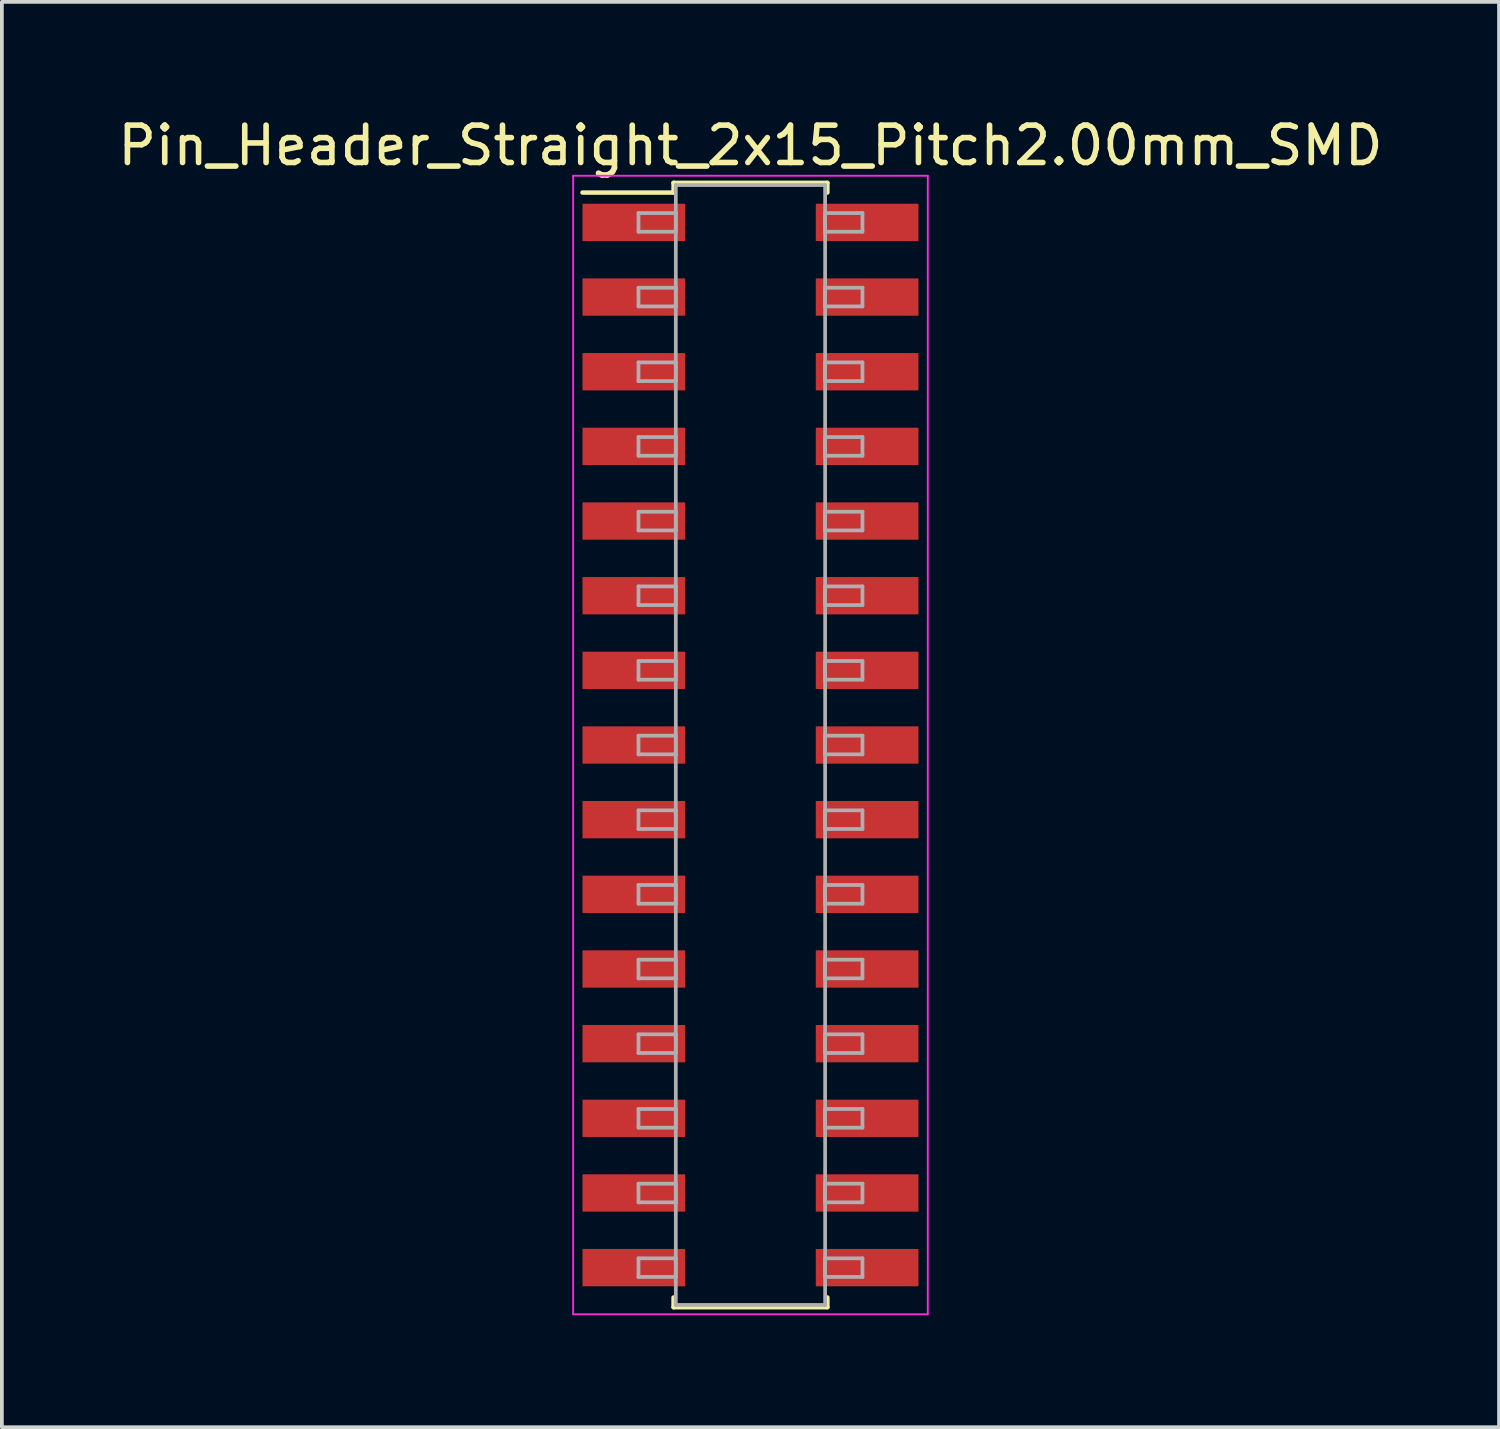
<source format=kicad_pcb>
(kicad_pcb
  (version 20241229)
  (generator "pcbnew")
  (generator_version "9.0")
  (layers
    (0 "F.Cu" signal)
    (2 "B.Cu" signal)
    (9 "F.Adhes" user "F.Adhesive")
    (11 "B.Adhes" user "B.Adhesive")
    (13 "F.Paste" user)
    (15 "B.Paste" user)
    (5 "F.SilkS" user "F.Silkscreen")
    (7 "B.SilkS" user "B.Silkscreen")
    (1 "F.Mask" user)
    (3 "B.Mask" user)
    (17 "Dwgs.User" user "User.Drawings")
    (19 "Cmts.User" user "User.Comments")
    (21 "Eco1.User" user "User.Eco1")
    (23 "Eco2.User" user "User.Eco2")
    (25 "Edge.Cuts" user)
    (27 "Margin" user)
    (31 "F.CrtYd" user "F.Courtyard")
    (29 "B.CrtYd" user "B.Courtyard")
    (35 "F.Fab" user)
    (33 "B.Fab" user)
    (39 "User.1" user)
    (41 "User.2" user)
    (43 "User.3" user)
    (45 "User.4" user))
  (footprint "Pin_Header_Straight_2x15_Pitch2.00mm_SMD"
    (layer "F.Cu")
    (at 17.054 16.908)
    (property "Reference" "Pin_Header_Straight_2x15_Pitch2.00mm_SMD" (at 0 -16.06 0) (layer "F.SilkS") (effects (font (size 1 1) (thickness 0.15))))
    (attr smd)
    (fp_line (start -4.5 -14.8) (end -2.06 -14.8) (stroke (width 0.12) (type solid)) (layer "F.SilkS"))
    (fp_line (start -2.06 -15.06) (end 2.06 -15.06) (stroke (width 0.12) (type solid)) (layer "F.SilkS"))
    (fp_line (start -2.06 -14.8) (end -2.06 -15.06) (stroke (width 0.12) (type solid)) (layer "F.SilkS"))
    (fp_line (start -2.06 14.8) (end -2.06 15.06) (stroke (width 0.12) (type solid)) (layer "F.SilkS"))
    (fp_line (start -2.06 15.06) (end 2.06 15.06) (stroke (width 0.12) (type solid)) (layer "F.SilkS"))
    (fp_line (start 2.06 -15.06) (end 2.06 -14.8) (stroke (width 0.12) (type solid)) (layer "F.SilkS"))
    (fp_line (start 2.06 15.06) (end 2.06 14.8) (stroke (width 0.12) (type solid)) (layer "F.SilkS"))
    (fp_line (start -4.75 -15.25) (end -4.75 15.25) (stroke (width 0.05) (type solid)) (layer "F.CrtYd"))
    (fp_line (start -4.75 15.25) (end 4.75 15.25) (stroke (width 0.05) (type solid)) (layer "F.CrtYd"))
    (fp_line (start 4.75 -15.25) (end -4.75 -15.25) (stroke (width 0.05) (type solid)) (layer "F.CrtYd"))
    (fp_line (start 4.75 15.25) (end 4.75 -15.25) (stroke (width 0.05) (type solid)) (layer "F.CrtYd"))
    (fp_line (start -3 -14.25) (end -2 -14.25) (stroke (width 0.1) (type solid)) (layer "F.Fab"))
    (fp_line (start -3 -13.75) (end -3 -14.25) (stroke (width 0.1) (type solid)) (layer "F.Fab"))
    (fp_line (start -3 -12.25) (end -2 -12.25) (stroke (width 0.1) (type solid)) (layer "F.Fab"))
    (fp_line (start -3 -11.75) (end -3 -12.25) (stroke (width 0.1) (type solid)) (layer "F.Fab"))
    (fp_line (start -3 -10.25) (end -2 -10.25) (stroke (width 0.1) (type solid)) (layer "F.Fab"))
    (fp_line (start -3 -9.75) (end -3 -10.25) (stroke (width 0.1) (type solid)) (layer "F.Fab"))
    (fp_line (start -3 -8.25) (end -2 -8.25) (stroke (width 0.1) (type solid)) (layer "F.Fab"))
    (fp_line (start -3 -7.75) (end -3 -8.25) (stroke (width 0.1) (type solid)) (layer "F.Fab"))
    (fp_line (start -3 -6.25) (end -2 -6.25) (stroke (width 0.1) (type solid)) (layer "F.Fab"))
    (fp_line (start -3 -5.75) (end -3 -6.25) (stroke (width 0.1) (type solid)) (layer "F.Fab"))
    (fp_line (start -3 -4.25) (end -2 -4.25) (stroke (width 0.1) (type solid)) (layer "F.Fab"))
    (fp_line (start -3 -3.75) (end -3 -4.25) (stroke (width 0.1) (type solid)) (layer "F.Fab"))
    (fp_line (start -3 -2.25) (end -2 -2.25) (stroke (width 0.1) (type solid)) (layer "F.Fab"))
    (fp_line (start -3 -1.75) (end -3 -2.25) (stroke (width 0.1) (type solid)) (layer "F.Fab"))
    (fp_line (start -3 -0.25) (end -2 -0.25) (stroke (width 0.1) (type solid)) (layer "F.Fab"))
    (fp_line (start -3 0.25) (end -3 -0.25) (stroke (width 0.1) (type solid)) (layer "F.Fab"))
    (fp_line (start -3 1.75) (end -2 1.75) (stroke (width 0.1) (type solid)) (layer "F.Fab"))
    (fp_line (start -3 2.25) (end -3 1.75) (stroke (width 0.1) (type solid)) (layer "F.Fab"))
    (fp_line (start -3 3.75) (end -2 3.75) (stroke (width 0.1) (type solid)) (layer "F.Fab"))
    (fp_line (start -3 4.25) (end -3 3.75) (stroke (width 0.1) (type solid)) (layer "F.Fab"))
    (fp_line (start -3 5.75) (end -2 5.75) (stroke (width 0.1) (type solid)) (layer "F.Fab"))
    (fp_line (start -3 6.25) (end -3 5.75) (stroke (width 0.1) (type solid)) (layer "F.Fab"))
    (fp_line (start -3 7.75) (end -2 7.75) (stroke (width 0.1) (type solid)) (layer "F.Fab"))
    (fp_line (start -3 8.25) (end -3 7.75) (stroke (width 0.1) (type solid)) (layer "F.Fab"))
    (fp_line (start -3 9.75) (end -2 9.75) (stroke (width 0.1) (type solid)) (layer "F.Fab"))
    (fp_line (start -3 10.25) (end -3 9.75) (stroke (width 0.1) (type solid)) (layer "F.Fab"))
    (fp_line (start -3 11.75) (end -2 11.75) (stroke (width 0.1) (type solid)) (layer "F.Fab"))
    (fp_line (start -3 12.25) (end -3 11.75) (stroke (width 0.1) (type solid)) (layer "F.Fab"))
    (fp_line (start -3 13.75) (end -2 13.75) (stroke (width 0.1) (type solid)) (layer "F.Fab"))
    (fp_line (start -3 14.25) (end -3 13.75) (stroke (width 0.1) (type solid)) (layer "F.Fab"))
    (fp_line (start -2 -15) (end -2 15) (stroke (width 0.1) (type solid)) (layer "F.Fab"))
    (fp_line (start -2 -14.25) (end -2 -13.75) (stroke (width 0.1) (type solid)) (layer "F.Fab"))
    (fp_line (start -2 -13.75) (end -3 -13.75) (stroke (width 0.1) (type solid)) (layer "F.Fab"))
    (fp_line (start -2 -12.25) (end -2 -11.75) (stroke (width 0.1) (type solid)) (layer "F.Fab"))
    (fp_line (start -2 -11.75) (end -3 -11.75) (stroke (width 0.1) (type solid)) (layer "F.Fab"))
    (fp_line (start -2 -10.25) (end -2 -9.75) (stroke (width 0.1) (type solid)) (layer "F.Fab"))
    (fp_line (start -2 -9.75) (end -3 -9.75) (stroke (width 0.1) (type solid)) (layer "F.Fab"))
    (fp_line (start -2 -8.25) (end -2 -7.75) (stroke (width 0.1) (type solid)) (layer "F.Fab"))
    (fp_line (start -2 -7.75) (end -3 -7.75) (stroke (width 0.1) (type solid)) (layer "F.Fab"))
    (fp_line (start -2 -6.25) (end -2 -5.75) (stroke (width 0.1) (type solid)) (layer "F.Fab"))
    (fp_line (start -2 -5.75) (end -3 -5.75) (stroke (width 0.1) (type solid)) (layer "F.Fab"))
    (fp_line (start -2 -4.25) (end -2 -3.75) (stroke (width 0.1) (type solid)) (layer "F.Fab"))
    (fp_line (start -2 -3.75) (end -3 -3.75) (stroke (width 0.1) (type solid)) (layer "F.Fab"))
    (fp_line (start -2 -2.25) (end -2 -1.75) (stroke (width 0.1) (type solid)) (layer "F.Fab"))
    (fp_line (start -2 -1.75) (end -3 -1.75) (stroke (width 0.1) (type solid)) (layer "F.Fab"))
    (fp_line (start -2 -0.25) (end -2 0.25) (stroke (width 0.1) (type solid)) (layer "F.Fab"))
    (fp_line (start -2 0.25) (end -3 0.25) (stroke (width 0.1) (type solid)) (layer "F.Fab"))
    (fp_line (start -2 1.75) (end -2 2.25) (stroke (width 0.1) (type solid)) (layer "F.Fab"))
    (fp_line (start -2 2.25) (end -3 2.25) (stroke (width 0.1) (type solid)) (layer "F.Fab"))
    (fp_line (start -2 3.75) (end -2 4.25) (stroke (width 0.1) (type solid)) (layer "F.Fab"))
    (fp_line (start -2 4.25) (end -3 4.25) (stroke (width 0.1) (type solid)) (layer "F.Fab"))
    (fp_line (start -2 5.75) (end -2 6.25) (stroke (width 0.1) (type solid)) (layer "F.Fab"))
    (fp_line (start -2 6.25) (end -3 6.25) (stroke (width 0.1) (type solid)) (layer "F.Fab"))
    (fp_line (start -2 7.75) (end -2 8.25) (stroke (width 0.1) (type solid)) (layer "F.Fab"))
    (fp_line (start -2 8.25) (end -3 8.25) (stroke (width 0.1) (type solid)) (layer "F.Fab"))
    (fp_line (start -2 9.75) (end -2 10.25) (stroke (width 0.1) (type solid)) (layer "F.Fab"))
    (fp_line (start -2 10.25) (end -3 10.25) (stroke (width 0.1) (type solid)) (layer "F.Fab"))
    (fp_line (start -2 11.75) (end -2 12.25) (stroke (width 0.1) (type solid)) (layer "F.Fab"))
    (fp_line (start -2 12.25) (end -3 12.25) (stroke (width 0.1) (type solid)) (layer "F.Fab"))
    (fp_line (start -2 13.75) (end -2 14.25) (stroke (width 0.1) (type solid)) (layer "F.Fab"))
    (fp_line (start -2 14.25) (end -3 14.25) (stroke (width 0.1) (type solid)) (layer "F.Fab"))
    (fp_line (start -2 15) (end 2 15) (stroke (width 0.1) (type solid)) (layer "F.Fab"))
    (fp_line (start 2 -15) (end -2 -15) (stroke (width 0.1) (type solid)) (layer "F.Fab"))
    (fp_line (start 2 -14.25) (end 2 -13.75) (stroke (width 0.1) (type solid)) (layer "F.Fab"))
    (fp_line (start 2 -13.75) (end 3 -13.75) (stroke (width 0.1) (type solid)) (layer "F.Fab"))
    (fp_line (start 2 -12.25) (end 2 -11.75) (stroke (width 0.1) (type solid)) (layer "F.Fab"))
    (fp_line (start 2 -11.75) (end 3 -11.75) (stroke (width 0.1) (type solid)) (layer "F.Fab"))
    (fp_line (start 2 -10.25) (end 2 -9.75) (stroke (width 0.1) (type solid)) (layer "F.Fab"))
    (fp_line (start 2 -9.75) (end 3 -9.75) (stroke (width 0.1) (type solid)) (layer "F.Fab"))
    (fp_line (start 2 -8.25) (end 2 -7.75) (stroke (width 0.1) (type solid)) (layer "F.Fab"))
    (fp_line (start 2 -7.75) (end 3 -7.75) (stroke (width 0.1) (type solid)) (layer "F.Fab"))
    (fp_line (start 2 -6.25) (end 2 -5.75) (stroke (width 0.1) (type solid)) (layer "F.Fab"))
    (fp_line (start 2 -5.75) (end 3 -5.75) (stroke (width 0.1) (type solid)) (layer "F.Fab"))
    (fp_line (start 2 -4.25) (end 2 -3.75) (stroke (width 0.1) (type solid)) (layer "F.Fab"))
    (fp_line (start 2 -3.75) (end 3 -3.75) (stroke (width 0.1) (type solid)) (layer "F.Fab"))
    (fp_line (start 2 -2.25) (end 2 -1.75) (stroke (width 0.1) (type solid)) (layer "F.Fab"))
    (fp_line (start 2 -1.75) (end 3 -1.75) (stroke (width 0.1) (type solid)) (layer "F.Fab"))
    (fp_line (start 2 -0.25) (end 2 0.25) (stroke (width 0.1) (type solid)) (layer "F.Fab"))
    (fp_line (start 2 0.25) (end 3 0.25) (stroke (width 0.1) (type solid)) (layer "F.Fab"))
    (fp_line (start 2 1.75) (end 2 2.25) (stroke (width 0.1) (type solid)) (layer "F.Fab"))
    (fp_line (start 2 2.25) (end 3 2.25) (stroke (width 0.1) (type solid)) (layer "F.Fab"))
    (fp_line (start 2 3.75) (end 2 4.25) (stroke (width 0.1) (type solid)) (layer "F.Fab"))
    (fp_line (start 2 4.25) (end 3 4.25) (stroke (width 0.1) (type solid)) (layer "F.Fab"))
    (fp_line (start 2 5.75) (end 2 6.25) (stroke (width 0.1) (type solid)) (layer "F.Fab"))
    (fp_line (start 2 6.25) (end 3 6.25) (stroke (width 0.1) (type solid)) (layer "F.Fab"))
    (fp_line (start 2 7.75) (end 2 8.25) (stroke (width 0.1) (type solid)) (layer "F.Fab"))
    (fp_line (start 2 8.25) (end 3 8.25) (stroke (width 0.1) (type solid)) (layer "F.Fab"))
    (fp_line (start 2 9.75) (end 2 10.25) (stroke (width 0.1) (type solid)) (layer "F.Fab"))
    (fp_line (start 2 10.25) (end 3 10.25) (stroke (width 0.1) (type solid)) (layer "F.Fab"))
    (fp_line (start 2 11.75) (end 2 12.25) (stroke (width 0.1) (type solid)) (layer "F.Fab"))
    (fp_line (start 2 12.25) (end 3 12.25) (stroke (width 0.1) (type solid)) (layer "F.Fab"))
    (fp_line (start 2 13.75) (end 2 14.25) (stroke (width 0.1) (type solid)) (layer "F.Fab"))
    (fp_line (start 2 14.25) (end 3 14.25) (stroke (width 0.1) (type solid)) (layer "F.Fab"))
    (fp_line (start 2 15) (end 2 -15) (stroke (width 0.1) (type solid)) (layer "F.Fab"))
    (fp_line (start 3 -14.25) (end 2 -14.25) (stroke (width 0.1) (type solid)) (layer "F.Fab"))
    (fp_line (start 3 -13.75) (end 3 -14.25) (stroke (width 0.1) (type solid)) (layer "F.Fab"))
    (fp_line (start 3 -12.25) (end 2 -12.25) (stroke (width 0.1) (type solid)) (layer "F.Fab"))
    (fp_line (start 3 -11.75) (end 3 -12.25) (stroke (width 0.1) (type solid)) (layer "F.Fab"))
    (fp_line (start 3 -10.25) (end 2 -10.25) (stroke (width 0.1) (type solid)) (layer "F.Fab"))
    (fp_line (start 3 -9.75) (end 3 -10.25) (stroke (width 0.1) (type solid)) (layer "F.Fab"))
    (fp_line (start 3 -8.25) (end 2 -8.25) (stroke (width 0.1) (type solid)) (layer "F.Fab"))
    (fp_line (start 3 -7.75) (end 3 -8.25) (stroke (width 0.1) (type solid)) (layer "F.Fab"))
    (fp_line (start 3 -6.25) (end 2 -6.25) (stroke (width 0.1) (type solid)) (layer "F.Fab"))
    (fp_line (start 3 -5.75) (end 3 -6.25) (stroke (width 0.1) (type solid)) (layer "F.Fab"))
    (fp_line (start 3 -4.25) (end 2 -4.25) (stroke (width 0.1) (type solid)) (layer "F.Fab"))
    (fp_line (start 3 -3.75) (end 3 -4.25) (stroke (width 0.1) (type solid)) (layer "F.Fab"))
    (fp_line (start 3 -2.25) (end 2 -2.25) (stroke (width 0.1) (type solid)) (layer "F.Fab"))
    (fp_line (start 3 -1.75) (end 3 -2.25) (stroke (width 0.1) (type solid)) (layer "F.Fab"))
    (fp_line (start 3 -0.25) (end 2 -0.25) (stroke (width 0.1) (type solid)) (layer "F.Fab"))
    (fp_line (start 3 0.25) (end 3 -0.25) (stroke (width 0.1) (type solid)) (layer "F.Fab"))
    (fp_line (start 3 1.75) (end 2 1.75) (stroke (width 0.1) (type solid)) (layer "F.Fab"))
    (fp_line (start 3 2.25) (end 3 1.75) (stroke (width 0.1) (type solid)) (layer "F.Fab"))
    (fp_line (start 3 3.75) (end 2 3.75) (stroke (width 0.1) (type solid)) (layer "F.Fab"))
    (fp_line (start 3 4.25) (end 3 3.75) (stroke (width 0.1) (type solid)) (layer "F.Fab"))
    (fp_line (start 3 5.75) (end 2 5.75) (stroke (width 0.1) (type solid)) (layer "F.Fab"))
    (fp_line (start 3 6.25) (end 3 5.75) (stroke (width 0.1) (type solid)) (layer "F.Fab"))
    (fp_line (start 3 7.75) (end 2 7.75) (stroke (width 0.1) (type solid)) (layer "F.Fab"))
    (fp_line (start 3 8.25) (end 3 7.75) (stroke (width 0.1) (type solid)) (layer "F.Fab"))
    (fp_line (start 3 9.75) (end 2 9.75) (stroke (width 0.1) (type solid)) (layer "F.Fab"))
    (fp_line (start 3 10.25) (end 3 9.75) (stroke (width 0.1) (type solid)) (layer "F.Fab"))
    (fp_line (start 3 11.75) (end 2 11.75) (stroke (width 0.1) (type solid)) (layer "F.Fab"))
    (fp_line (start 3 12.25) (end 3 11.75) (stroke (width 0.1) (type solid)) (layer "F.Fab"))
    (fp_line (start 3 13.75) (end 2 13.75) (stroke (width 0.1) (type solid)) (layer "F.Fab"))
    (fp_line (start 3 14.25) (end 3 13.75) (stroke (width 0.1) (type solid)) (layer "F.Fab"))
    (pad "1" smd rect (at -3.125 -14) (size 2.75 1) (layers "F.Cu" "F.Mask"))
    (pad "2" smd rect (at 3.125 -14) (size 2.75 1) (layers "F.Cu" "F.Mask"))
    (pad "3" smd rect (at -3.125 -12) (size 2.75 1) (layers "F.Cu" "F.Mask"))
    (pad "4" smd rect (at 3.125 -12) (size 2.75 1) (layers "F.Cu" "F.Mask"))
    (pad "5" smd rect (at -3.125 -10) (size 2.75 1) (layers "F.Cu" "F.Mask"))
    (pad "6" smd rect (at 3.125 -10) (size 2.75 1) (layers "F.Cu" "F.Mask"))
    (pad "7" smd rect (at -3.125 -8) (size 2.75 1) (layers "F.Cu" "F.Mask"))
    (pad "8" smd rect (at 3.125 -8) (size 2.75 1) (layers "F.Cu" "F.Mask"))
    (pad "9" smd rect (at -3.125 -6) (size 2.75 1) (layers "F.Cu" "F.Mask"))
    (pad "10" smd rect (at 3.125 -6) (size 2.75 1) (layers "F.Cu" "F.Mask"))
    (pad "11" smd rect (at -3.125 -4) (size 2.75 1) (layers "F.Cu" "F.Mask"))
    (pad "12" smd rect (at 3.125 -4) (size 2.75 1) (layers "F.Cu" "F.Mask"))
    (pad "13" smd rect (at -3.125 -2) (size 2.75 1) (layers "F.Cu" "F.Mask"))
    (pad "14" smd rect (at 3.125 -2) (size 2.75 1) (layers "F.Cu" "F.Mask"))
    (pad "15" smd rect (at -3.125 0) (size 2.75 1) (layers "F.Cu" "F.Mask"))
    (pad "16" smd rect (at 3.125 0) (size 2.75 1) (layers "F.Cu" "F.Mask"))
    (pad "17" smd rect (at -3.125 2) (size 2.75 1) (layers "F.Cu" "F.Mask"))
    (pad "18" smd rect (at 3.125 2) (size 2.75 1) (layers "F.Cu" "F.Mask"))
    (pad "19" smd rect (at -3.125 4) (size 2.75 1) (layers "F.Cu" "F.Mask"))
    (pad "20" smd rect (at 3.125 4) (size 2.75 1) (layers "F.Cu" "F.Mask"))
    (pad "21" smd rect (at -3.125 6) (size 2.75 1) (layers "F.Cu" "F.Mask"))
    (pad "22" smd rect (at 3.125 6) (size 2.75 1) (layers "F.Cu" "F.Mask"))
    (pad "23" smd rect (at -3.125 8) (size 2.75 1) (layers "F.Cu" "F.Mask"))
    (pad "24" smd rect (at 3.125 8) (size 2.75 1) (layers "F.Cu" "F.Mask"))
    (pad "25" smd rect (at -3.125 10) (size 2.75 1) (layers "F.Cu" "F.Mask"))
    (pad "26" smd rect (at 3.125 10) (size 2.75 1) (layers "F.Cu" "F.Mask"))
    (pad "27" smd rect (at -3.125 12) (size 2.75 1) (layers "F.Cu" "F.Mask"))
    (pad "28" smd rect (at 3.125 12) (size 2.75 1) (layers "F.Cu" "F.Mask"))
    (pad "29" smd rect (at -3.125 14) (size 2.75 1) (layers "F.Cu" "F.Mask"))
    (pad "30" smd rect (at 3.125 14) (size 2.75 1) (layers "F.Cu" "F.Mask")))
  (gr_rect
    (start -3 -3)
    (end 37.107 35.183)
    (stroke (width 0.1) (type default))
    (fill no)
    (layer "Edge.Cuts")))
</source>
